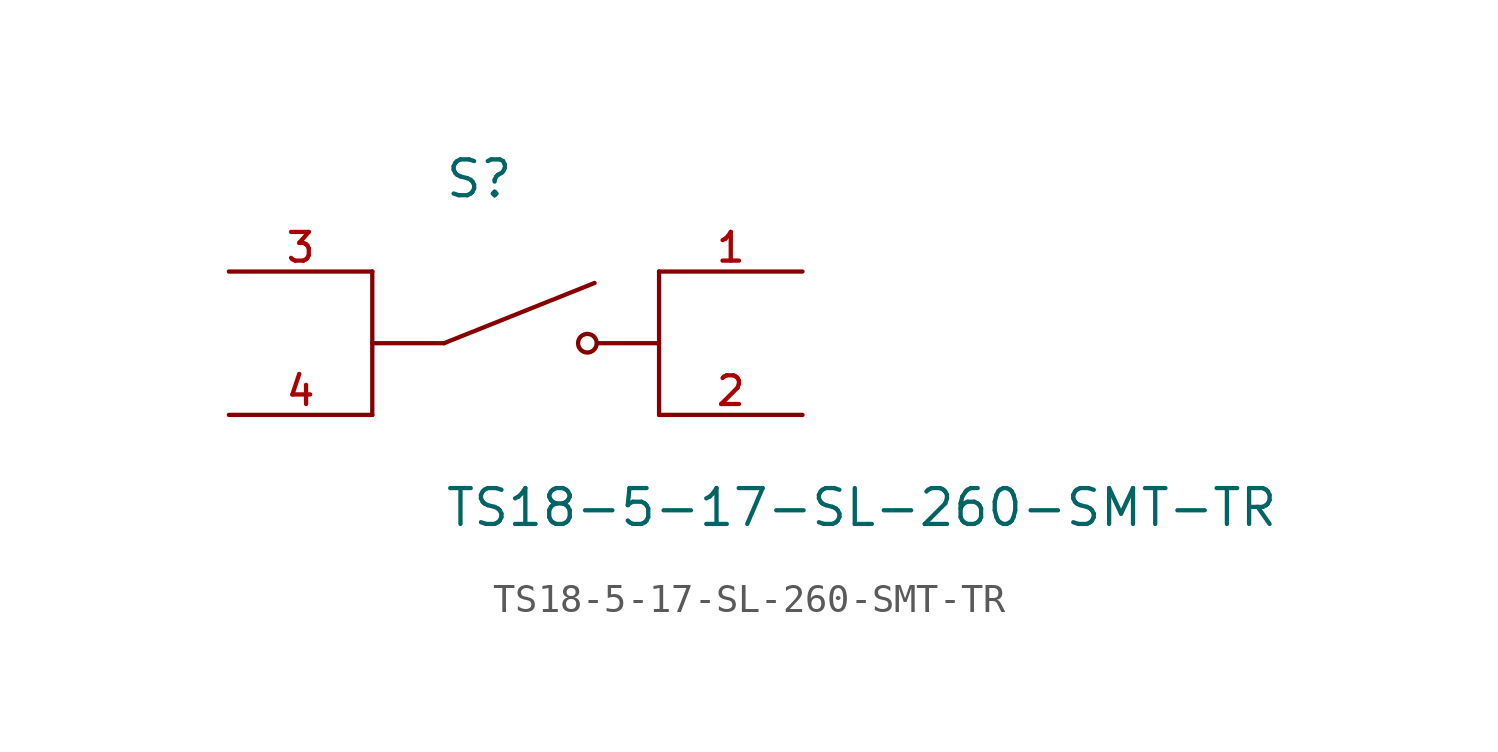
<source format=kicad_sym>
(kicad_symbol_lib
  (version 20211014)
  (generator kicad_symbol_editor)
  (symbol "TS18-5-17-SL-260-SMT-TR"
    (pin_names
      (offset 1.016))
    (property "Reference" "S"
      (at -2.54 5.08 0)
      (effects (font (size 1.27 1.27)) (justify bottom left)))
    (property "Value" "TS18-5-17-SL-260-SMT-TR"
      (at -2.54 -5.08 0)
      (effects (font (size 1.27 1.27)) (justify top left)))
    (symbol "TS18-5-17-SL-260-SMT-TR_0_0"
      (polyline (pts (xy -2.54 0.0) (xy 2.794 2.134)) (stroke (width 0.152)))
      (polyline (pts (xy -2.54 0.0) (xy -5.08 0.0)) (stroke (width 0.152)))
      (circle (center 2.54 0.0) (radius 0.33) (stroke (width 0.152)) (fill (type none)))
      (polyline (pts (xy 5.08 0.0) (xy 2.921 0.0)) (stroke (width 0.152)))
      (polyline (pts (xy -5.08 -2.54) (xy -5.08 2.54)) (stroke (width 0.152)))
      (polyline (pts (xy 5.08 2.54) (xy 5.08 -2.54)) (stroke (width 0.152)))
      (pin passive line (at -10.16 2.54 0) (length 5.08) (name "~" (effects (font (size 1.016 1.016)))) (number "3" (effects (font (size 1.016 1.016)))))
      (pin passive line (at 10.16 2.54 180.0) (length 5.08) (name "~" (effects (font (size 1.016 1.016)))) (number "1" (effects (font (size 1.016 1.016)))))
      (pin passive line (at -10.16 -2.54 0) (length 5.08) (name "~" (effects (font (size 1.016 1.016)))) (number "4" (effects (font (size 1.016 1.016)))))
      (pin passive line (at 10.16 -2.54 180.0) (length 5.08) (name "~" (effects (font (size 1.016 1.016)))) (number "2" (effects (font (size 1.016 1.016))))))))
</source>
